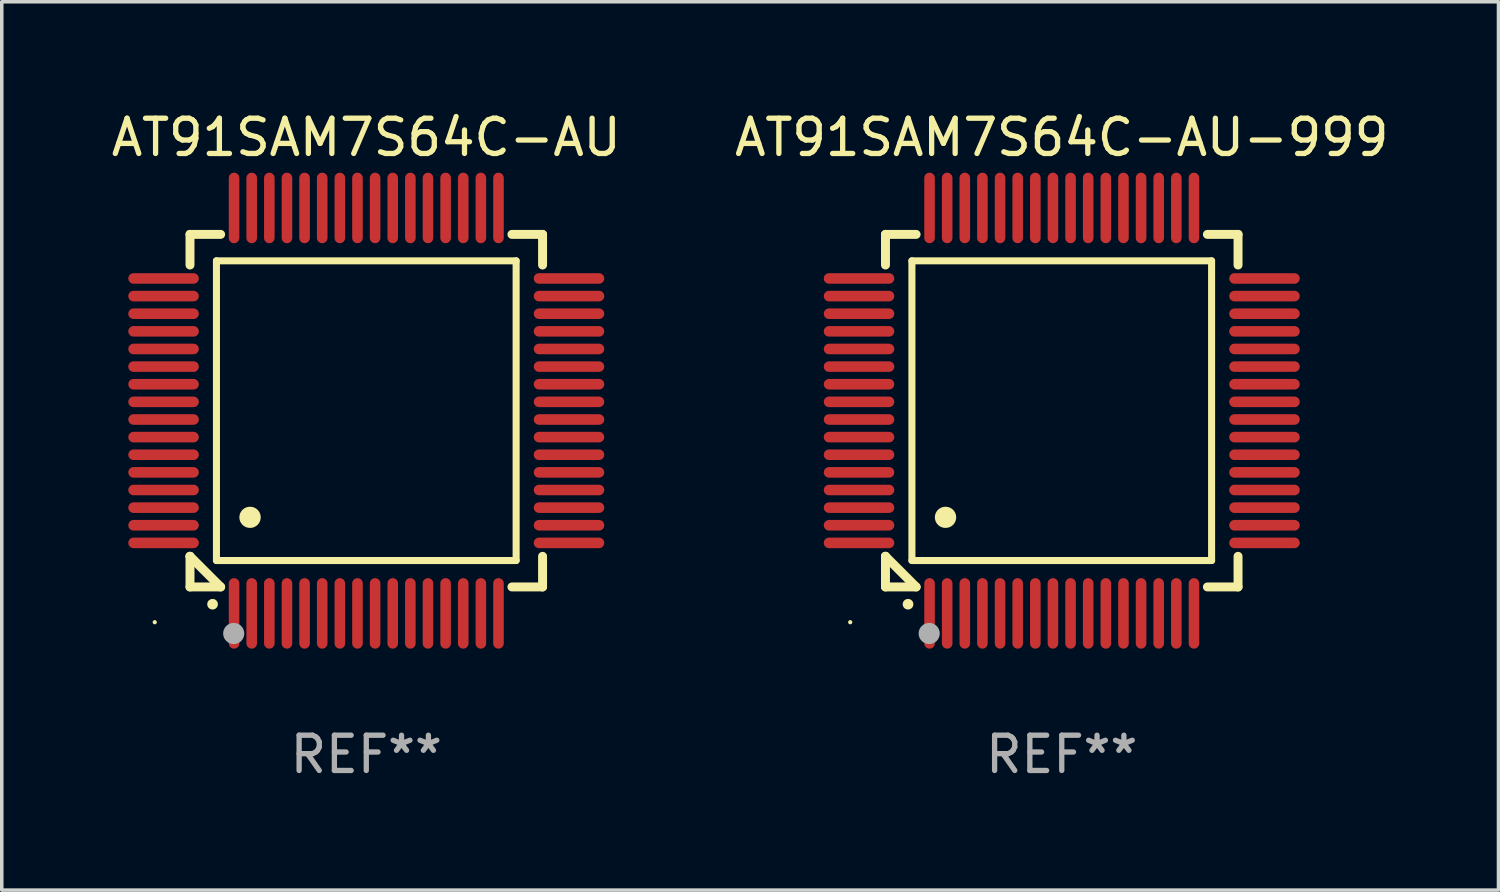
<source format=kicad_pcb>
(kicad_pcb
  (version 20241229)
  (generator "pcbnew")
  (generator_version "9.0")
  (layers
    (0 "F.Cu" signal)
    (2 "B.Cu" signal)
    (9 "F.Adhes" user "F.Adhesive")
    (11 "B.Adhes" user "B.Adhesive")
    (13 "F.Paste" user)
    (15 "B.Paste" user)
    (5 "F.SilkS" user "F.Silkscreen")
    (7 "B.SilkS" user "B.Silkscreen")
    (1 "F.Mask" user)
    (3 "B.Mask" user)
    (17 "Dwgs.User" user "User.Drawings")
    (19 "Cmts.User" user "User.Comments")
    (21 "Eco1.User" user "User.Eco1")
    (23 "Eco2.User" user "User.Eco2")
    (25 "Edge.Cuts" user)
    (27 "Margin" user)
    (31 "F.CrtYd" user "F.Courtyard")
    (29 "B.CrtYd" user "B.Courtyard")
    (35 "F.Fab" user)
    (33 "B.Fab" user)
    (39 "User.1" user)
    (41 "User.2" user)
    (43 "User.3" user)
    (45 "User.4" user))
  (footprint "AT91SAM7S64C-AU-999"
    (layer "F.Cu")
    (at 27.065 8.598)
    (property "Reference" "AT91SAM7S64C-AU-999" (at 0 -7.75 0) (layer "F.SilkS") (effects (font (size 1 1) (thickness 0.15))))
    (attr through_hole)
    (fp_line (start -5 -5) (end -4.131 -5) (stroke (width 0.254) (type solid)) (layer "F.SilkS"))
    (fp_line (start -5 -4.131) (end -5 -5) (stroke (width 0.254) (type solid)) (layer "F.SilkS"))
    (fp_line (start -5 4.131) (end -5 4.131) (stroke (width 0.254) (type solid)) (layer "F.SilkS"))
    (fp_line (start -5 5) (end -5 4.131) (stroke (width 0.254) (type solid)) (layer "F.SilkS"))
    (fp_line (start -5 4.131) (end -4.131 5) (stroke (width 0.254) (type solid)) (layer "F.SilkS"))
    (fp_line (start -4.25 -4.25) (end -4.25 4.25) (stroke (width 0.2) (type solid)) (layer "F.SilkS"))
    (fp_line (start -4.25 4.25) (end 4.25 4.25) (stroke (width 0.2) (type solid)) (layer "F.SilkS"))
    (fp_line (start -4.131 5) (end -5 5) (stroke (width 0.254) (type solid)) (layer "F.SilkS"))
    (fp_line (start 4.25 -4.25) (end -4.25 -4.25) (stroke (width 0.2) (type solid)) (layer "F.SilkS"))
    (fp_line (start 4.25 4.25) (end 4.25 -4.25) (stroke (width 0.2) (type solid)) (layer "F.SilkS"))
    (fp_line (start 5 -5) (end 4.131 -5) (stroke (width 0.254) (type solid)) (layer "F.SilkS"))
    (fp_line (start 5 -5) (end 5 -4.131) (stroke (width 0.254) (type solid)) (layer "F.SilkS"))
    (fp_line (start 5 4.131) (end 5 5) (stroke (width 0.254) (type solid)) (layer "F.SilkS"))
    (fp_line (start 5 5) (end 4.131 5) (stroke (width 0.254) (type solid)) (layer "F.SilkS"))
    (fp_arc (start -4.361265 5.489992) (mid -4.359995 5.489987) (end -4.358725 5.489992) (stroke (width 0.3) (type solid)) (layer "F.SilkS"))
    (fp_arc (start -3.299467 3.025146) (mid -3.296927 3.025135) (end -3.294387 3.025146) (stroke (width 0.6) (type solid)) (layer "F.SilkS"))
    (fp_circle (center -6 6) (end -5.97 6) (stroke (width 0.06) (type solid)) (fill no) (layer "F.SilkS"))
    (fp_circle (center -3.76 6.32) (end -3.61 6.32) (stroke (width 0.3) (type solid)) (fill no) (layer "F.Fab"))
    (fp_text user "REF**" (at 0 9.75 0) (layer "F.Fab") (effects (font (size 1 1) (thickness 0.15))))
    (pad "1" smd oval (at -3.75 5.75) (size 0.3 2) (layers "F.Cu" "F.Mask" "F.Paste"))
    (pad "2" smd oval (at -3.25 5.75) (size 0.3 2) (layers "F.Cu" "F.Mask" "F.Paste"))
    (pad "3" smd oval (at -2.75 5.75) (size 0.3 2) (layers "F.Cu" "F.Mask" "F.Paste"))
    (pad "4" smd oval (at -2.25 5.75) (size 0.3 2) (layers "F.Cu" "F.Mask" "F.Paste"))
    (pad "5" smd oval (at -1.75 5.75) (size 0.3 2) (layers "F.Cu" "F.Mask" "F.Paste"))
    (pad "6" smd oval (at -1.25 5.75) (size 0.3 2) (layers "F.Cu" "F.Mask" "F.Paste"))
    (pad "7" smd oval (at -0.75 5.75) (size 0.3 2) (layers "F.Cu" "F.Mask" "F.Paste"))
    (pad "8" smd oval (at -0.25 5.75) (size 0.3 2) (layers "F.Cu" "F.Mask" "F.Paste"))
    (pad "9" smd oval (at 0.25 5.75) (size 0.3 2) (layers "F.Cu" "F.Mask" "F.Paste"))
    (pad "10" smd oval (at 0.75 5.75) (size 0.3 2) (layers "F.Cu" "F.Mask" "F.Paste"))
    (pad "11" smd oval (at 1.25 5.75) (size 0.3 2) (layers "F.Cu" "F.Mask" "F.Paste"))
    (pad "12" smd oval (at 1.75 5.75) (size 0.3 2) (layers "F.Cu" "F.Mask" "F.Paste"))
    (pad "13" smd oval (at 2.25 5.75) (size 0.3 2) (layers "F.Cu" "F.Mask" "F.Paste"))
    (pad "14" smd oval (at 2.75 5.75) (size 0.3 2) (layers "F.Cu" "F.Mask" "F.Paste"))
    (pad "15" smd oval (at 3.25 5.75) (size 0.3 2) (layers "F.Cu" "F.Mask" "F.Paste"))
    (pad "16" smd oval (at 3.75 5.75) (size 0.3 2) (layers "F.Cu" "F.Mask" "F.Paste"))
    (pad "17" smd oval (at 5.75 3.75) (size 2 0.3) (layers "F.Cu" "F.Mask" "F.Paste"))
    (pad "18" smd oval (at 5.75 3.25) (size 2 0.3) (layers "F.Cu" "F.Mask" "F.Paste"))
    (pad "19" smd oval (at 5.75 2.75) (size 2 0.3) (layers "F.Cu" "F.Mask" "F.Paste"))
    (pad "20" smd oval (at 5.75 2.25) (size 2 0.3) (layers "F.Cu" "F.Mask" "F.Paste"))
    (pad "21" smd oval (at 5.75 1.75) (size 2 0.3) (layers "F.Cu" "F.Mask" "F.Paste"))
    (pad "22" smd oval (at 5.75 1.25) (size 2 0.3) (layers "F.Cu" "F.Mask" "F.Paste"))
    (pad "23" smd oval (at 5.75 0.75) (size 2 0.3) (layers "F.Cu" "F.Mask" "F.Paste"))
    (pad "24" smd oval (at 5.75 0.25) (size 2 0.3) (layers "F.Cu" "F.Mask" "F.Paste"))
    (pad "25" smd oval (at 5.75 -0.25) (size 2 0.3) (layers "F.Cu" "F.Mask" "F.Paste"))
    (pad "26" smd oval (at 5.75 -0.75) (size 2 0.3) (layers "F.Cu" "F.Mask" "F.Paste"))
    (pad "27" smd oval (at 5.75 -1.25) (size 2 0.3) (layers "F.Cu" "F.Mask" "F.Paste"))
    (pad "28" smd oval (at 5.75 -1.75) (size 2 0.3) (layers "F.Cu" "F.Mask" "F.Paste"))
    (pad "29" smd oval (at 5.75 -2.25) (size 2 0.3) (layers "F.Cu" "F.Mask" "F.Paste"))
    (pad "30" smd oval (at 5.75 -2.75) (size 2 0.3) (layers "F.Cu" "F.Mask" "F.Paste"))
    (pad "31" smd oval (at 5.75 -3.25) (size 2 0.3) (layers "F.Cu" "F.Mask" "F.Paste"))
    (pad "32" smd oval (at 5.75 -3.75) (size 2 0.3) (layers "F.Cu" "F.Mask" "F.Paste"))
    (pad "33" smd oval (at 3.75 -5.75) (size 0.3 2) (layers "F.Cu" "F.Mask" "F.Paste"))
    (pad "34" smd oval (at 3.25 -5.75) (size 0.3 2) (layers "F.Cu" "F.Mask" "F.Paste"))
    (pad "35" smd oval (at 2.75 -5.75) (size 0.3 2) (layers "F.Cu" "F.Mask" "F.Paste"))
    (pad "36" smd oval (at 2.25 -5.75) (size 0.3 2) (layers "F.Cu" "F.Mask" "F.Paste"))
    (pad "37" smd oval (at 1.75 -5.75) (size 0.3 2) (layers "F.Cu" "F.Mask" "F.Paste"))
    (pad "38" smd oval (at 1.25 -5.75) (size 0.3 2) (layers "F.Cu" "F.Mask" "F.Paste"))
    (pad "39" smd oval (at 0.75 -5.75) (size 0.3 2) (layers "F.Cu" "F.Mask" "F.Paste"))
    (pad "40" smd oval (at 0.25 -5.75) (size 0.3 2) (layers "F.Cu" "F.Mask" "F.Paste"))
    (pad "41" smd oval (at -0.25 -5.75) (size 0.3 2) (layers "F.Cu" "F.Mask" "F.Paste"))
    (pad "42" smd oval (at -0.75 -5.75) (size 0.3 2) (layers "F.Cu" "F.Mask" "F.Paste"))
    (pad "43" smd oval (at -1.25 -5.75) (size 0.3 2) (layers "F.Cu" "F.Mask" "F.Paste"))
    (pad "44" smd oval (at -1.75 -5.75) (size 0.3 2) (layers "F.Cu" "F.Mask" "F.Paste"))
    (pad "45" smd oval (at -2.25 -5.75) (size 0.3 2) (layers "F.Cu" "F.Mask" "F.Paste"))
    (pad "46" smd oval (at -2.75 -5.75) (size 0.3 2) (layers "F.Cu" "F.Mask" "F.Paste"))
    (pad "47" smd oval (at -3.25 -5.75) (size 0.3 2) (layers "F.Cu" "F.Mask" "F.Paste"))
    (pad "48" smd oval (at -3.75 -5.75) (size 0.3 2) (layers "F.Cu" "F.Mask" "F.Paste"))
    (pad "49" smd oval (at -5.75 -3.75) (size 2 0.3) (layers "F.Cu" "F.Mask" "F.Paste"))
    (pad "50" smd oval (at -5.75 -3.25) (size 2 0.3) (layers "F.Cu" "F.Mask" "F.Paste"))
    (pad "51" smd oval (at -5.75 -2.75) (size 2 0.3) (layers "F.Cu" "F.Mask" "F.Paste"))
    (pad "52" smd oval (at -5.75 -2.25) (size 2 0.3) (layers "F.Cu" "F.Mask" "F.Paste"))
    (pad "53" smd oval (at -5.75 -1.75) (size 2 0.3) (layers "F.Cu" "F.Mask" "F.Paste"))
    (pad "54" smd oval (at -5.75 -1.25) (size 2 0.3) (layers "F.Cu" "F.Mask" "F.Paste"))
    (pad "55" smd oval (at -5.75 -0.75) (size 2 0.3) (layers "F.Cu" "F.Mask" "F.Paste"))
    (pad "56" smd oval (at -5.75 -0.25) (size 2 0.3) (layers "F.Cu" "F.Mask" "F.Paste"))
    (pad "57" smd oval (at -5.75 0.25) (size 2 0.3) (layers "F.Cu" "F.Mask" "F.Paste"))
    (pad "58" smd oval (at -5.75 0.75) (size 2 0.3) (layers "F.Cu" "F.Mask" "F.Paste"))
    (pad "59" smd oval (at -5.75 1.25) (size 2 0.3) (layers "F.Cu" "F.Mask" "F.Paste"))
    (pad "60" smd oval (at -5.75 1.75) (size 2 0.3) (layers "F.Cu" "F.Mask" "F.Paste"))
    (pad "61" smd oval (at -5.75 2.25) (size 2 0.3) (layers "F.Cu" "F.Mask" "F.Paste"))
    (pad "62" smd oval (at -5.75 2.75) (size 2 0.3) (layers "F.Cu" "F.Mask" "F.Paste"))
    (pad "63" smd oval (at -5.75 3.25) (size 2 0.3) (layers "F.Cu" "F.Mask" "F.Paste"))
    (pad "64" smd oval (at -5.75 3.75) (size 2 0.3) (layers "F.Cu" "F.Mask" "F.Paste")))
  (footprint "AT91SAM7S64C-AU"
    (layer "F.Cu")
    (at 7.339 8.598)
    (property "Reference" "AT91SAM7S64C-AU" (at 0 -7.75 0) (layer "F.SilkS") (effects (font (size 1 1) (thickness 0.15))))
    (attr through_hole)
    (fp_line (start -5 -5) (end -4.131 -5) (stroke (width 0.254) (type solid)) (layer "F.SilkS"))
    (fp_line (start -5 -4.131) (end -5 -5) (stroke (width 0.254) (type solid)) (layer "F.SilkS"))
    (fp_line (start -5 4.131) (end -5 4.131) (stroke (width 0.254) (type solid)) (layer "F.SilkS"))
    (fp_line (start -5 5) (end -5 4.131) (stroke (width 0.254) (type solid)) (layer "F.SilkS"))
    (fp_line (start -5 4.131) (end -4.131 5) (stroke (width 0.254) (type solid)) (layer "F.SilkS"))
    (fp_line (start -4.25 -4.25) (end -4.25 4.25) (stroke (width 0.2) (type solid)) (layer "F.SilkS"))
    (fp_line (start -4.25 4.25) (end 4.25 4.25) (stroke (width 0.2) (type solid)) (layer "F.SilkS"))
    (fp_line (start -4.131 5) (end -5 5) (stroke (width 0.254) (type solid)) (layer "F.SilkS"))
    (fp_line (start 4.25 -4.25) (end -4.25 -4.25) (stroke (width 0.2) (type solid)) (layer "F.SilkS"))
    (fp_line (start 4.25 4.25) (end 4.25 -4.25) (stroke (width 0.2) (type solid)) (layer "F.SilkS"))
    (fp_line (start 5 -5) (end 4.131 -5) (stroke (width 0.254) (type solid)) (layer "F.SilkS"))
    (fp_line (start 5 -5) (end 5 -4.131) (stroke (width 0.254) (type solid)) (layer "F.SilkS"))
    (fp_line (start 5 4.131) (end 5 5) (stroke (width 0.254) (type solid)) (layer "F.SilkS"))
    (fp_line (start 5 5) (end 4.131 5) (stroke (width 0.254) (type solid)) (layer "F.SilkS"))
    (fp_arc (start -4.361265 5.489992) (mid -4.359995 5.489987) (end -4.358725 5.489992) (stroke (width 0.3) (type solid)) (layer "F.SilkS"))
    (fp_arc (start -3.299467 3.025146) (mid -3.296927 3.025135) (end -3.294387 3.025146) (stroke (width 0.6) (type solid)) (layer "F.SilkS"))
    (fp_circle (center -6 6) (end -5.97 6) (stroke (width 0.06) (type solid)) (fill no) (layer "F.SilkS"))
    (fp_circle (center -3.76 6.32) (end -3.61 6.32) (stroke (width 0.3) (type solid)) (fill no) (layer "F.Fab"))
    (fp_text user "REF**" (at 0 9.75 0) (layer "F.Fab") (effects (font (size 1 1) (thickness 0.15))))
    (pad "1" smd oval (at -3.75 5.75) (size 0.3 2) (layers "F.Cu" "F.Mask" "F.Paste"))
    (pad "2" smd oval (at -3.25 5.75) (size 0.3 2) (layers "F.Cu" "F.Mask" "F.Paste"))
    (pad "3" smd oval (at -2.75 5.75) (size 0.3 2) (layers "F.Cu" "F.Mask" "F.Paste"))
    (pad "4" smd oval (at -2.25 5.75) (size 0.3 2) (layers "F.Cu" "F.Mask" "F.Paste"))
    (pad "5" smd oval (at -1.75 5.75) (size 0.3 2) (layers "F.Cu" "F.Mask" "F.Paste"))
    (pad "6" smd oval (at -1.25 5.75) (size 0.3 2) (layers "F.Cu" "F.Mask" "F.Paste"))
    (pad "7" smd oval (at -0.75 5.75) (size 0.3 2) (layers "F.Cu" "F.Mask" "F.Paste"))
    (pad "8" smd oval (at -0.25 5.75) (size 0.3 2) (layers "F.Cu" "F.Mask" "F.Paste"))
    (pad "9" smd oval (at 0.25 5.75) (size 0.3 2) (layers "F.Cu" "F.Mask" "F.Paste"))
    (pad "10" smd oval (at 0.75 5.75) (size 0.3 2) (layers "F.Cu" "F.Mask" "F.Paste"))
    (pad "11" smd oval (at 1.25 5.75) (size 0.3 2) (layers "F.Cu" "F.Mask" "F.Paste"))
    (pad "12" smd oval (at 1.75 5.75) (size 0.3 2) (layers "F.Cu" "F.Mask" "F.Paste"))
    (pad "13" smd oval (at 2.25 5.75) (size 0.3 2) (layers "F.Cu" "F.Mask" "F.Paste"))
    (pad "14" smd oval (at 2.75 5.75) (size 0.3 2) (layers "F.Cu" "F.Mask" "F.Paste"))
    (pad "15" smd oval (at 3.25 5.75) (size 0.3 2) (layers "F.Cu" "F.Mask" "F.Paste"))
    (pad "16" smd oval (at 3.75 5.75) (size 0.3 2) (layers "F.Cu" "F.Mask" "F.Paste"))
    (pad "17" smd oval (at 5.75 3.75) (size 2 0.3) (layers "F.Cu" "F.Mask" "F.Paste"))
    (pad "18" smd oval (at 5.75 3.25) (size 2 0.3) (layers "F.Cu" "F.Mask" "F.Paste"))
    (pad "19" smd oval (at 5.75 2.75) (size 2 0.3) (layers "F.Cu" "F.Mask" "F.Paste"))
    (pad "20" smd oval (at 5.75 2.25) (size 2 0.3) (layers "F.Cu" "F.Mask" "F.Paste"))
    (pad "21" smd oval (at 5.75 1.75) (size 2 0.3) (layers "F.Cu" "F.Mask" "F.Paste"))
    (pad "22" smd oval (at 5.75 1.25) (size 2 0.3) (layers "F.Cu" "F.Mask" "F.Paste"))
    (pad "23" smd oval (at 5.75 0.75) (size 2 0.3) (layers "F.Cu" "F.Mask" "F.Paste"))
    (pad "24" smd oval (at 5.75 0.25) (size 2 0.3) (layers "F.Cu" "F.Mask" "F.Paste"))
    (pad "25" smd oval (at 5.75 -0.25) (size 2 0.3) (layers "F.Cu" "F.Mask" "F.Paste"))
    (pad "26" smd oval (at 5.75 -0.75) (size 2 0.3) (layers "F.Cu" "F.Mask" "F.Paste"))
    (pad "27" smd oval (at 5.75 -1.25) (size 2 0.3) (layers "F.Cu" "F.Mask" "F.Paste"))
    (pad "28" smd oval (at 5.75 -1.75) (size 2 0.3) (layers "F.Cu" "F.Mask" "F.Paste"))
    (pad "29" smd oval (at 5.75 -2.25) (size 2 0.3) (layers "F.Cu" "F.Mask" "F.Paste"))
    (pad "30" smd oval (at 5.75 -2.75) (size 2 0.3) (layers "F.Cu" "F.Mask" "F.Paste"))
    (pad "31" smd oval (at 5.75 -3.25) (size 2 0.3) (layers "F.Cu" "F.Mask" "F.Paste"))
    (pad "32" smd oval (at 5.75 -3.75) (size 2 0.3) (layers "F.Cu" "F.Mask" "F.Paste"))
    (pad "33" smd oval (at 3.75 -5.75) (size 0.3 2) (layers "F.Cu" "F.Mask" "F.Paste"))
    (pad "34" smd oval (at 3.25 -5.75) (size 0.3 2) (layers "F.Cu" "F.Mask" "F.Paste"))
    (pad "35" smd oval (at 2.75 -5.75) (size 0.3 2) (layers "F.Cu" "F.Mask" "F.Paste"))
    (pad "36" smd oval (at 2.25 -5.75) (size 0.3 2) (layers "F.Cu" "F.Mask" "F.Paste"))
    (pad "37" smd oval (at 1.75 -5.75) (size 0.3 2) (layers "F.Cu" "F.Mask" "F.Paste"))
    (pad "38" smd oval (at 1.25 -5.75) (size 0.3 2) (layers "F.Cu" "F.Mask" "F.Paste"))
    (pad "39" smd oval (at 0.75 -5.75) (size 0.3 2) (layers "F.Cu" "F.Mask" "F.Paste"))
    (pad "40" smd oval (at 0.25 -5.75) (size 0.3 2) (layers "F.Cu" "F.Mask" "F.Paste"))
    (pad "41" smd oval (at -0.25 -5.75) (size 0.3 2) (layers "F.Cu" "F.Mask" "F.Paste"))
    (pad "42" smd oval (at -0.75 -5.75) (size 0.3 2) (layers "F.Cu" "F.Mask" "F.Paste"))
    (pad "43" smd oval (at -1.25 -5.75) (size 0.3 2) (layers "F.Cu" "F.Mask" "F.Paste"))
    (pad "44" smd oval (at -1.75 -5.75) (size 0.3 2) (layers "F.Cu" "F.Mask" "F.Paste"))
    (pad "45" smd oval (at -2.25 -5.75) (size 0.3 2) (layers "F.Cu" "F.Mask" "F.Paste"))
    (pad "46" smd oval (at -2.75 -5.75) (size 0.3 2) (layers "F.Cu" "F.Mask" "F.Paste"))
    (pad "47" smd oval (at -3.25 -5.75) (size 0.3 2) (layers "F.Cu" "F.Mask" "F.Paste"))
    (pad "48" smd oval (at -3.75 -5.75) (size 0.3 2) (layers "F.Cu" "F.Mask" "F.Paste"))
    (pad "49" smd oval (at -5.75 -3.75) (size 2 0.3) (layers "F.Cu" "F.Mask" "F.Paste"))
    (pad "50" smd oval (at -5.75 -3.25) (size 2 0.3) (layers "F.Cu" "F.Mask" "F.Paste"))
    (pad "51" smd oval (at -5.75 -2.75) (size 2 0.3) (layers "F.Cu" "F.Mask" "F.Paste"))
    (pad "52" smd oval (at -5.75 -2.25) (size 2 0.3) (layers "F.Cu" "F.Mask" "F.Paste"))
    (pad "53" smd oval (at -5.75 -1.75) (size 2 0.3) (layers "F.Cu" "F.Mask" "F.Paste"))
    (pad "54" smd oval (at -5.75 -1.25) (size 2 0.3) (layers "F.Cu" "F.Mask" "F.Paste"))
    (pad "55" smd oval (at -5.75 -0.75) (size 2 0.3) (layers "F.Cu" "F.Mask" "F.Paste"))
    (pad "56" smd oval (at -5.75 -0.25) (size 2 0.3) (layers "F.Cu" "F.Mask" "F.Paste"))
    (pad "57" smd oval (at -5.75 0.25) (size 2 0.3) (layers "F.Cu" "F.Mask" "F.Paste"))
    (pad "58" smd oval (at -5.75 0.75) (size 2 0.3) (layers "F.Cu" "F.Mask" "F.Paste"))
    (pad "59" smd oval (at -5.75 1.25) (size 2 0.3) (layers "F.Cu" "F.Mask" "F.Paste"))
    (pad "60" smd oval (at -5.75 1.75) (size 2 0.3) (layers "F.Cu" "F.Mask" "F.Paste"))
    (pad "61" smd oval (at -5.75 2.25) (size 2 0.3) (layers "F.Cu" "F.Mask" "F.Paste"))
    (pad "62" smd oval (at -5.75 2.75) (size 2 0.3) (layers "F.Cu" "F.Mask" "F.Paste"))
    (pad "63" smd oval (at -5.75 3.25) (size 2 0.3) (layers "F.Cu" "F.Mask" "F.Paste"))
    (pad "64" smd oval (at -5.75 3.75) (size 2 0.3) (layers "F.Cu" "F.Mask" "F.Paste")))
  (gr_rect
    (start -3 -3)
    (end 39.452 22.196)
    (stroke (width 0.1) (type default))
    (fill no)
    (layer "Edge.Cuts")))
</source>
